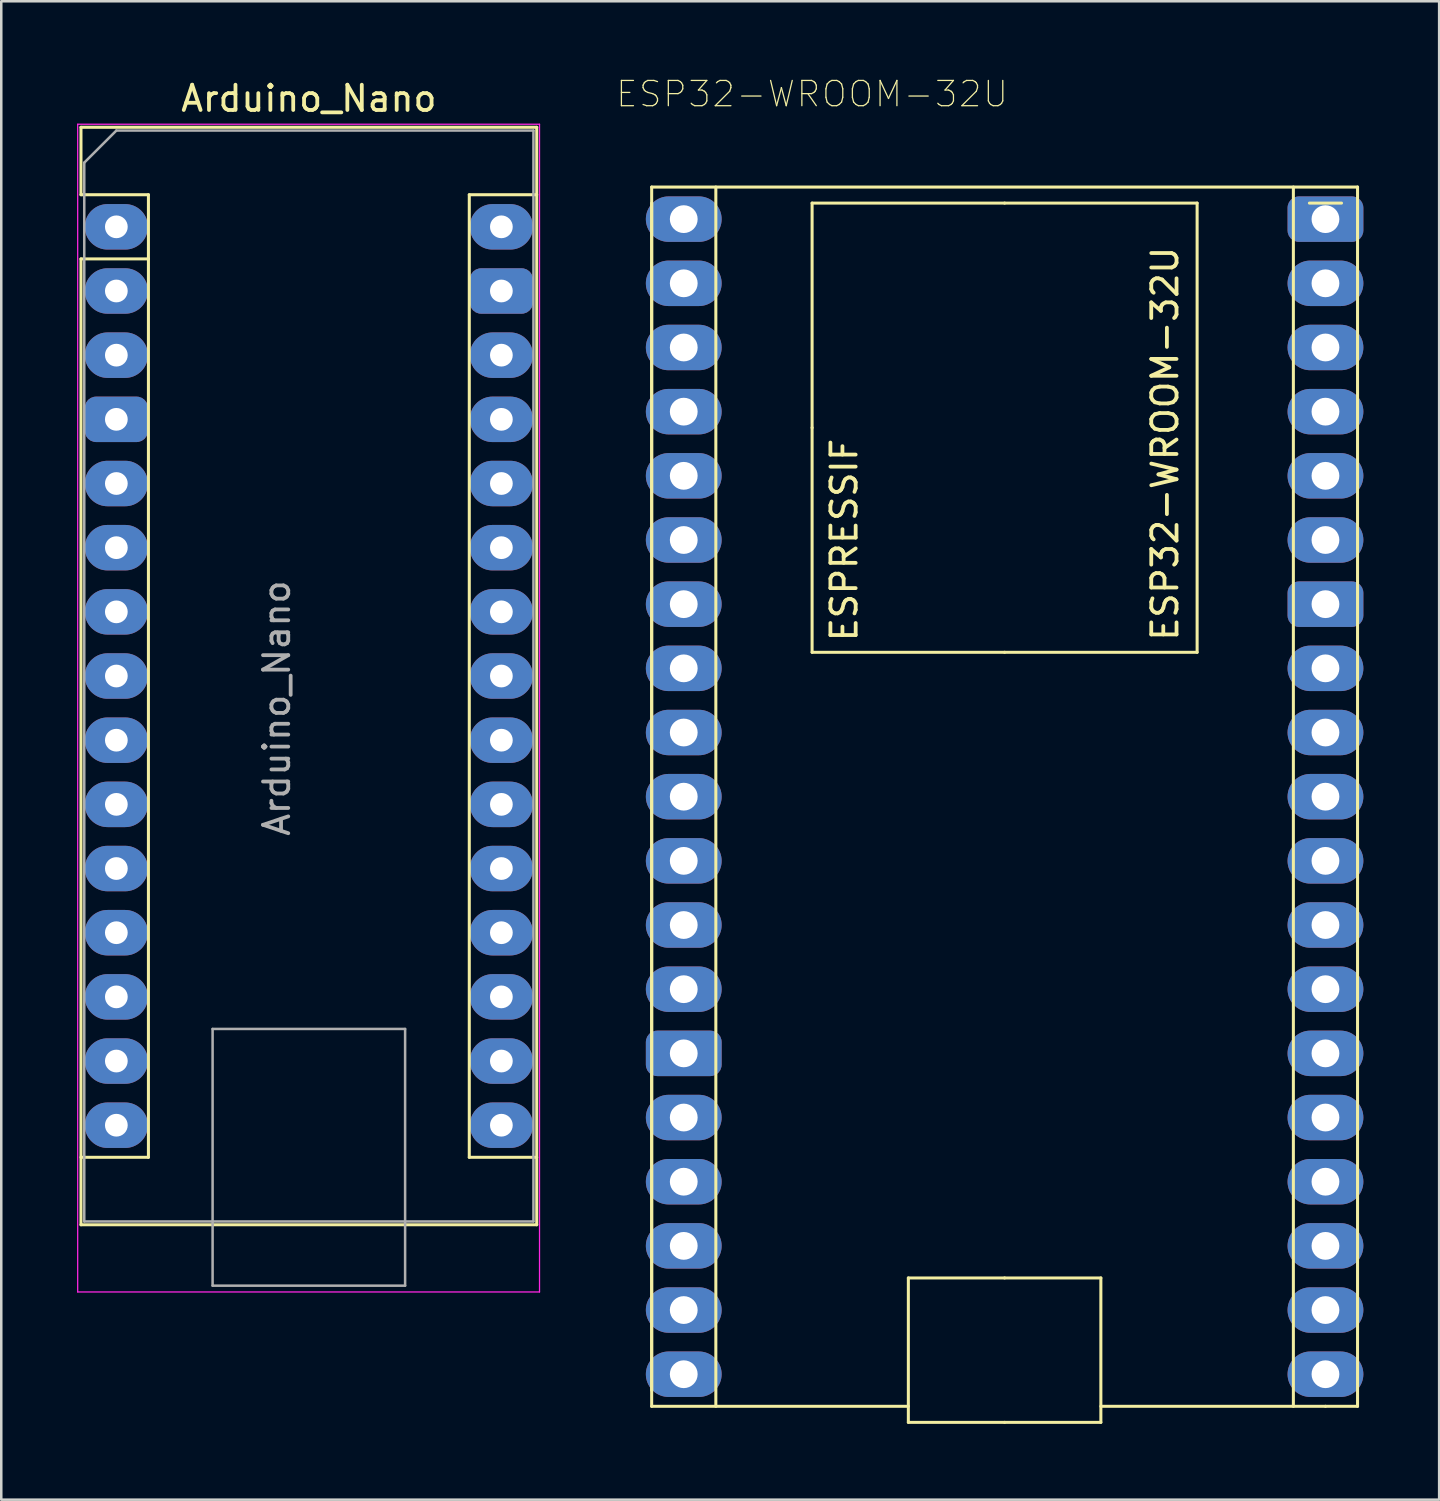
<source format=kicad_pcb>
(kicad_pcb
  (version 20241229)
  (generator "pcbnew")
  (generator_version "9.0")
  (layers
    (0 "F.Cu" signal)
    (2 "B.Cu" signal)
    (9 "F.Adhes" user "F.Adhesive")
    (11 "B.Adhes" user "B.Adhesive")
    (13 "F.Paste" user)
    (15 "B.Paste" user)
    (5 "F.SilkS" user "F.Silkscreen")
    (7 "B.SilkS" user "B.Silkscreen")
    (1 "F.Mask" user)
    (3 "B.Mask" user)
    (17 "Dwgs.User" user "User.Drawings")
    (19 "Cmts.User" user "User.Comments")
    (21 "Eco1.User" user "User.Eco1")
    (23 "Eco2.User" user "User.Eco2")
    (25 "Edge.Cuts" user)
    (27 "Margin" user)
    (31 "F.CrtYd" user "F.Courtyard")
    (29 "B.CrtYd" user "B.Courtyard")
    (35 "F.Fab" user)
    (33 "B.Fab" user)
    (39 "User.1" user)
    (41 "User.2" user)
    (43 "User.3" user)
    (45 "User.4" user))
  (footprint "Arduino_Nano"
    (layer "F.Cu")
    (at 1.555 5.928)
    (property "Reference" "Arduino_Nano" (at 7.62 -5.08 0) (layer "F.SilkS") (effects (font (size 1 1) (thickness 0.15))))
    (attr through_hole)
    (fp_line (start -1.4 -3.94) (end -1.4 -1.27) (stroke (width 0.12) (type solid)) (layer "F.SilkS"))
    (fp_line (start -1.4 1.27) (end -1.4 39.5) (stroke (width 0.12) (type solid)) (layer "F.SilkS"))
    (fp_line (start -1.4 39.5) (end 16.64 39.5) (stroke (width 0.12) (type solid)) (layer "F.SilkS"))
    (fp_line (start 1.27 -1.27) (end -1.4 -1.27) (stroke (width 0.12) (type solid)) (layer "F.SilkS"))
    (fp_line (start 1.27 1.27) (end -1.4 1.27) (stroke (width 0.12) (type solid)) (layer "F.SilkS"))
    (fp_line (start 1.27 1.27) (end 1.27 -1.27) (stroke (width 0.12) (type solid)) (layer "F.SilkS"))
    (fp_line (start 1.27 1.27) (end 1.27 36.83) (stroke (width 0.12) (type solid)) (layer "F.SilkS"))
    (fp_line (start 1.27 36.83) (end -1.4 36.83) (stroke (width 0.12) (type solid)) (layer "F.SilkS"))
    (fp_line (start 13.97 -1.27) (end 13.97 36.83) (stroke (width 0.12) (type solid)) (layer "F.SilkS"))
    (fp_line (start 13.97 -1.27) (end 16.64 -1.27) (stroke (width 0.12) (type solid)) (layer "F.SilkS"))
    (fp_line (start 13.97 36.83) (end 16.64 36.83) (stroke (width 0.12) (type solid)) (layer "F.SilkS"))
    (fp_line (start 16.64 -3.94) (end -1.4 -3.94) (stroke (width 0.12) (type solid)) (layer "F.SilkS"))
    (fp_line (start 16.64 39.5) (end 16.64 -3.94) (stroke (width 0.12) (type solid)) (layer "F.SilkS"))
    (fp_line (start -1.53 -4.06) (end -1.53 42.16) (stroke (width 0.05) (type solid)) (layer "F.CrtYd"))
    (fp_line (start -1.53 -4.06) (end 16.75 -4.06) (stroke (width 0.05) (type solid)) (layer "F.CrtYd"))
    (fp_line (start 16.75 42.16) (end -1.53 42.16) (stroke (width 0.05) (type solid)) (layer "F.CrtYd"))
    (fp_line (start 16.75 42.16) (end 16.75 -4.06) (stroke (width 0.05) (type solid)) (layer "F.CrtYd"))
    (fp_line (start -1.27 -2.54) (end 0 -3.81) (stroke (width 0.1) (type solid)) (layer "F.Fab"))
    (fp_line (start -1.27 39.37) (end -1.27 -2.54) (stroke (width 0.1) (type solid)) (layer "F.Fab"))
    (fp_line (start 0 -3.81) (end 16.51 -3.81) (stroke (width 0.1) (type solid)) (layer "F.Fab"))
    (fp_line (start 3.81 31.75) (end 11.43 31.75) (stroke (width 0.1) (type solid)) (layer "F.Fab"))
    (fp_line (start 3.81 41.91) (end 3.81 31.75) (stroke (width 0.1) (type solid)) (layer "F.Fab"))
    (fp_line (start 11.43 31.75) (end 11.43 41.91) (stroke (width 0.1) (type solid)) (layer "F.Fab"))
    (fp_line (start 11.43 41.91) (end 3.81 41.91) (stroke (width 0.1) (type solid)) (layer "F.Fab"))
    (fp_line (start 16.51 -3.81) (end 16.51 39.37) (stroke (width 0.1) (type solid)) (layer "F.Fab"))
    (fp_line (start 16.51 39.37) (end -1.27 39.37) (stroke (width 0.1) (type solid)) (layer "F.Fab"))
    (fp_text user "${REFERENCE}" (at 6.35 19.05 90) (layer "F.Fab") (effects (font (size 1 1) (thickness 0.15))))
    (pad "1" thru_hole oval (at 0 0) (size 2.5 1.8) (drill 0.9) (layers "*.Cu" "*.Mask"))
    (pad "2" thru_hole oval (at 0 2.54) (size 2.5 1.8) (drill 0.9) (layers "*.Cu" "*.Mask"))
    (pad "3" thru_hole oval (at 0 5.08) (size 2.5 1.8) (drill 0.9) (layers "*.Cu" "*.Mask"))
    (pad "4" thru_hole roundrect (at 0 7.62) (size 2.5 1.8) (drill 0.9) (layers "*.Cu" "*.Mask") (roundrect_rratio 0.25))
    (pad "5" thru_hole oval (at 0 10.16) (size 2.5 1.8) (drill 0.9) (layers "*.Cu" "*.Mask"))
    (pad "6" thru_hole oval (at 0 12.7) (size 2.5 1.8) (drill 0.9) (layers "*.Cu" "*.Mask"))
    (pad "7" thru_hole oval (at 0 15.24) (size 2.5 1.8) (drill 0.9) (layers "*.Cu" "*.Mask"))
    (pad "8" thru_hole oval (at 0 17.78) (size 2.5 1.8) (drill 0.9) (layers "*.Cu" "*.Mask"))
    (pad "9" thru_hole oval (at 0 20.32) (size 2.5 1.8) (drill 0.9) (layers "*.Cu" "*.Mask"))
    (pad "10" thru_hole oval (at 0 22.86) (size 2.5 1.8) (drill 0.9) (layers "*.Cu" "*.Mask"))
    (pad "11" thru_hole oval (at 0 25.4) (size 2.5 1.8) (drill 0.9) (layers "*.Cu" "*.Mask"))
    (pad "12" thru_hole oval (at 0 27.94) (size 2.5 1.8) (drill 0.9) (layers "*.Cu" "*.Mask"))
    (pad "13" thru_hole oval (at 0 30.48) (size 2.5 1.8) (drill 0.9) (layers "*.Cu" "*.Mask"))
    (pad "14" thru_hole oval (at 0 33.02) (size 2.5 1.8) (drill 0.9) (layers "*.Cu" "*.Mask"))
    (pad "15" thru_hole oval (at 0 35.56) (size 2.5 1.8) (drill 0.9) (layers "*.Cu" "*.Mask"))
    (pad "16" thru_hole oval (at 15.24 35.56) (size 2.5 1.8) (drill 0.9) (layers "*.Cu" "*.Mask"))
    (pad "17" thru_hole oval (at 15.24 33.02) (size 2.5 1.8) (drill 0.9) (layers "*.Cu" "*.Mask"))
    (pad "18" thru_hole oval (at 15.24 30.48) (size 2.5 1.8) (drill 0.9) (layers "*.Cu" "*.Mask"))
    (pad "19" thru_hole oval (at 15.24 27.94) (size 2.5 1.8) (drill 0.9) (layers "*.Cu" "*.Mask"))
    (pad "20" thru_hole oval (at 15.24 25.4) (size 2.5 1.8) (drill 0.9) (layers "*.Cu" "*.Mask"))
    (pad "21" thru_hole oval (at 15.24 22.86) (size 2.5 1.8) (drill 0.9) (layers "*.Cu" "*.Mask"))
    (pad "22" thru_hole oval (at 15.24 20.32) (size 2.5 1.8) (drill 0.9) (layers "*.Cu" "*.Mask"))
    (pad "23" thru_hole oval (at 15.24 17.78) (size 2.5 1.8) (drill 0.9) (layers "*.Cu" "*.Mask"))
    (pad "24" thru_hole oval (at 15.24 15.24) (size 2.5 1.8) (drill 0.9) (layers "*.Cu" "*.Mask"))
    (pad "25" thru_hole oval (at 15.24 12.7) (size 2.5 1.8) (drill 0.9) (layers "*.Cu" "*.Mask"))
    (pad "26" thru_hole oval (at 15.24 10.16) (size 2.5 1.8) (drill 0.9) (layers "*.Cu" "*.Mask"))
    (pad "27" thru_hole oval (at 15.24 7.62) (size 2.5 1.8) (drill 0.9) (layers "*.Cu" "*.Mask"))
    (pad "28" thru_hole oval (at 15.24 5.08) (size 2.5 1.8) (drill 0.9) (layers "*.Cu" "*.Mask"))
    (pad "29" thru_hole roundrect (at 15.24 2.54) (size 2.5 1.8) (drill 0.9) (layers "*.Cu" "*.Mask") (roundrect_rratio 0.25))
    (pad "30" thru_hole oval (at 15.24 0) (size 2.5 1.8) (drill 0.9) (layers "*.Cu" "*.Mask")))
  (footprint "ESP32-WROOM-32U"
    (layer "F.Cu")
    (at 24.014 5.624)
    (property "Reference" "ESP32-WROOM-32U" (at 5.08 -4.951 0) (layer "F.SilkS") (effects (font (size 1 1) (thickness 0.05))))
    (attr through_hole)
    (fp_line (start -1.27 -1.27) (end -1.27 46.99) (stroke (width 0.12) (type solid)) (layer "F.SilkS"))
    (fp_line (start -1.27 46.355) (end -1.27 -0.635) (stroke (width 0.12) (type solid)) (layer "F.SilkS"))
    (fp_line (start -1.27 46.99) (end 8.89 46.99) (stroke (width 0.12) (type solid)) (layer "F.SilkS"))
    (fp_line (start 1.27 46.99) (end 1.27 -1.27) (stroke (width 0.12) (type solid)) (layer "F.SilkS"))
    (fp_line (start 5.08 -0.635) (end 5.08 8.255) (stroke (width 0.12) (type solid)) (layer "F.SilkS"))
    (fp_line (start 5.08 8.255) (end 5.08 17.145) (stroke (width 0.12) (type solid)) (layer "F.SilkS"))
    (fp_line (start 8.89 41.91) (end 8.89 47.625) (stroke (width 0.12) (type solid)) (layer "F.SilkS"))
    (fp_line (start 8.89 41.91) (end 12.7 41.91) (stroke (width 0.12) (type solid)) (layer "F.SilkS"))
    (fp_line (start 12.7 -0.635) (end 5.08 -0.635) (stroke (width 0.12) (type solid)) (layer "F.SilkS"))
    (fp_line (start 12.7 17.145) (end 5.08 17.145) (stroke (width 0.12) (type solid)) (layer "F.SilkS"))
    (fp_line (start 12.7 41.91) (end 16.51 41.91) (stroke (width 0.12) (type solid)) (layer "F.SilkS"))
    (fp_line (start 12.7 47.625) (end 8.89 47.625) (stroke (width 0.12) (type solid)) (layer "F.SilkS"))
    (fp_line (start 16.51 41.91) (end 16.51 47.625) (stroke (width 0.12) (type solid)) (layer "F.SilkS"))
    (fp_line (start 16.51 46.99) (end 25.4 46.99) (stroke (width 0.12) (type solid)) (layer "F.SilkS"))
    (fp_line (start 16.51 47.625) (end 12.7 47.625) (stroke (width 0.12) (type solid)) (layer "F.SilkS"))
    (fp_line (start 20.32 -0.635) (end 12.7 -0.635) (stroke (width 0.12) (type solid)) (layer "F.SilkS"))
    (fp_line (start 20.32 -0.635) (end 20.32 17.145) (stroke (width 0.12) (type solid)) (layer "F.SilkS"))
    (fp_line (start 20.32 17.145) (end 12.7 17.145) (stroke (width 0.12) (type solid)) (layer "F.SilkS"))
    (fp_line (start 24.13 -1.27) (end 24.13 46.99) (stroke (width 0.12) (type solid)) (layer "F.SilkS"))
    (fp_line (start 24.765 -0.635) (end 26.035 -0.635) (stroke (width 0.12) (type solid)) (layer "F.SilkS"))
    (fp_line (start 25.4 46.99) (end 26.67 46.99) (stroke (width 0.12) (type solid)) (layer "F.SilkS"))
    (fp_line (start 26.67 -1.27) (end -1.27 -1.27) (stroke (width 0.12) (type solid)) (layer "F.SilkS"))
    (fp_line (start 26.67 46.99) (end 26.67 -1.27) (stroke (width 0.12) (type solid)) (layer "F.SilkS"))
    (fp_text user "ESP32-WROOM-32U" (at 19.05 8.89 90) (layer "F.SilkS") (effects (font (size 1 1) (thickness 0.15))))
    (fp_text user "ESPRESSIF" (at 6.35 12.7 90) (layer "F.SilkS") (effects (font (size 1 1) (thickness 0.15))))
    (pad "1" thru_hole oval (at 0 0) (size 3 1.8) (drill 1.1) (layers "*.Cu" "*.Mask"))
    (pad "2" thru_hole oval (at 0 2.54) (size 3 1.8) (drill 1.1) (layers "*.Cu" "*.Mask"))
    (pad "3" thru_hole oval (at 0 5.08) (size 3 1.8) (drill 1.1) (layers "*.Cu" "*.Mask"))
    (pad "4" thru_hole oval (at 0 7.62) (size 3 1.8) (drill 1.1) (layers "*.Cu" "*.Mask"))
    (pad "5" thru_hole oval (at 0 10.16) (size 3 1.8) (drill 1.1) (layers "*.Cu" "*.Mask"))
    (pad "6" thru_hole oval (at 0 12.7) (size 3 1.8) (drill 1.1) (layers "*.Cu" "*.Mask"))
    (pad "7" thru_hole oval (at 0 15.24) (size 3 1.8) (drill 1.1) (layers "*.Cu" "*.Mask"))
    (pad "8" thru_hole oval (at 0 17.78) (size 3 1.8) (drill 1.1) (layers "*.Cu" "*.Mask"))
    (pad "9" thru_hole oval (at 0 20.32) (size 3 1.8) (drill 1.1) (layers "*.Cu" "*.Mask"))
    (pad "10" thru_hole oval (at 0 22.86) (size 3 1.8) (drill 1.1) (layers "*.Cu" "*.Mask"))
    (pad "11" thru_hole oval (at 0 25.4) (size 3 1.8) (drill 1.1) (layers "*.Cu" "*.Mask"))
    (pad "12" thru_hole oval (at 0 27.94) (size 3 1.8) (drill 1.1) (layers "*.Cu" "*.Mask"))
    (pad "13" thru_hole oval (at 0 30.48) (size 3 1.8) (drill 1.1) (layers "*.Cu" "*.Mask"))
    (pad "14" thru_hole roundrect (at 0 33.02) (size 3 1.8) (drill 1.1) (layers "*.Cu" "*.Mask") (roundrect_rratio 0.25))
    (pad "15" thru_hole oval (at 0 35.56) (size 3 1.8) (drill 1.1) (layers "*.Cu" "*.Mask"))
    (pad "16" thru_hole oval (at 0 38.1) (size 3 1.8) (drill 1.1) (layers "*.Cu" "*.Mask"))
    (pad "17" thru_hole oval (at 0 40.64) (size 3 1.8) (drill 1.1) (layers "*.Cu" "*.Mask"))
    (pad "18" thru_hole oval (at 0 43.18) (size 3 1.8) (drill 1.1) (layers "*.Cu" "*.Mask"))
    (pad "19" thru_hole oval (at 0 45.72) (size 3 1.8) (drill 1.1) (layers "*.Cu" "*.Mask"))
    (pad "20" thru_hole roundrect (at 25.4 0) (size 3 1.8) (drill 1.1) (layers "*.Cu" "*.Mask") (roundrect_rratio 0.25))
    (pad "21" thru_hole oval (at 25.4 2.54) (size 3 1.8) (drill 1.1) (layers "*.Cu" "*.Mask"))
    (pad "22" thru_hole oval (at 25.4 5.08) (size 3 1.8) (drill 1.1) (layers "*.Cu" "*.Mask"))
    (pad "23" thru_hole oval (at 25.4 7.62) (size 3 1.8) (drill 1.1) (layers "*.Cu" "*.Mask"))
    (pad "24" thru_hole oval (at 25.4 10.16) (size 3 1.8) (drill 1.1) (layers "*.Cu" "*.Mask"))
    (pad "25" thru_hole oval (at 25.4 12.7) (size 3 1.8) (drill 1.1) (layers "*.Cu" "*.Mask"))
    (pad "26" thru_hole roundrect (at 25.4 15.24) (size 3 1.8) (drill 1.1) (layers "*.Cu" "*.Mask") (roundrect_rratio 0.25))
    (pad "27" thru_hole oval (at 25.4 17.78) (size 3 1.8) (drill 1.1) (layers "*.Cu" "*.Mask"))
    (pad "28" thru_hole oval (at 25.4 20.32) (size 3 1.8) (drill 1.1) (layers "*.Cu" "*.Mask"))
    (pad "29" thru_hole oval (at 25.4 22.86) (size 3 1.8) (drill 1.1) (layers "*.Cu" "*.Mask"))
    (pad "30" thru_hole oval (at 25.4 25.4) (size 3 1.8) (drill 1.1) (layers "*.Cu" "*.Mask"))
    (pad "31" thru_hole oval (at 25.4 27.94) (size 3 1.8) (drill 1.1) (layers "*.Cu" "*.Mask"))
    (pad "32" thru_hole oval (at 25.4 30.48) (size 3 1.8) (drill 1.1) (layers "*.Cu" "*.Mask"))
    (pad "33" thru_hole oval (at 25.4 33.02) (size 3 1.8) (drill 1.1) (layers "*.Cu" "*.Mask"))
    (pad "34" thru_hole oval (at 25.4 35.56) (size 3 1.8) (drill 1.1) (layers "*.Cu" "*.Mask"))
    (pad "35" thru_hole oval (at 25.4 38.1) (size 3 1.8) (drill 1.1) (layers "*.Cu" "*.Mask"))
    (pad "36" thru_hole oval (at 25.4 40.64) (size 3 1.8) (drill 1.1) (layers "*.Cu" "*.Mask"))
    (pad "37" thru_hole oval (at 25.4 43.18) (size 3 1.8) (drill 1.1) (layers "*.Cu" "*.Mask"))
    (pad "38" thru_hole oval (at 25.4 45.72) (size 3 1.8) (drill 1.1) (layers "*.Cu" "*.Mask")))
  (gr_rect
    (start -3 -3)
    (end 53.914 56.309)
    (stroke (width 0.1) (type default))
    (fill no)
    (layer "Edge.Cuts")))
</source>
